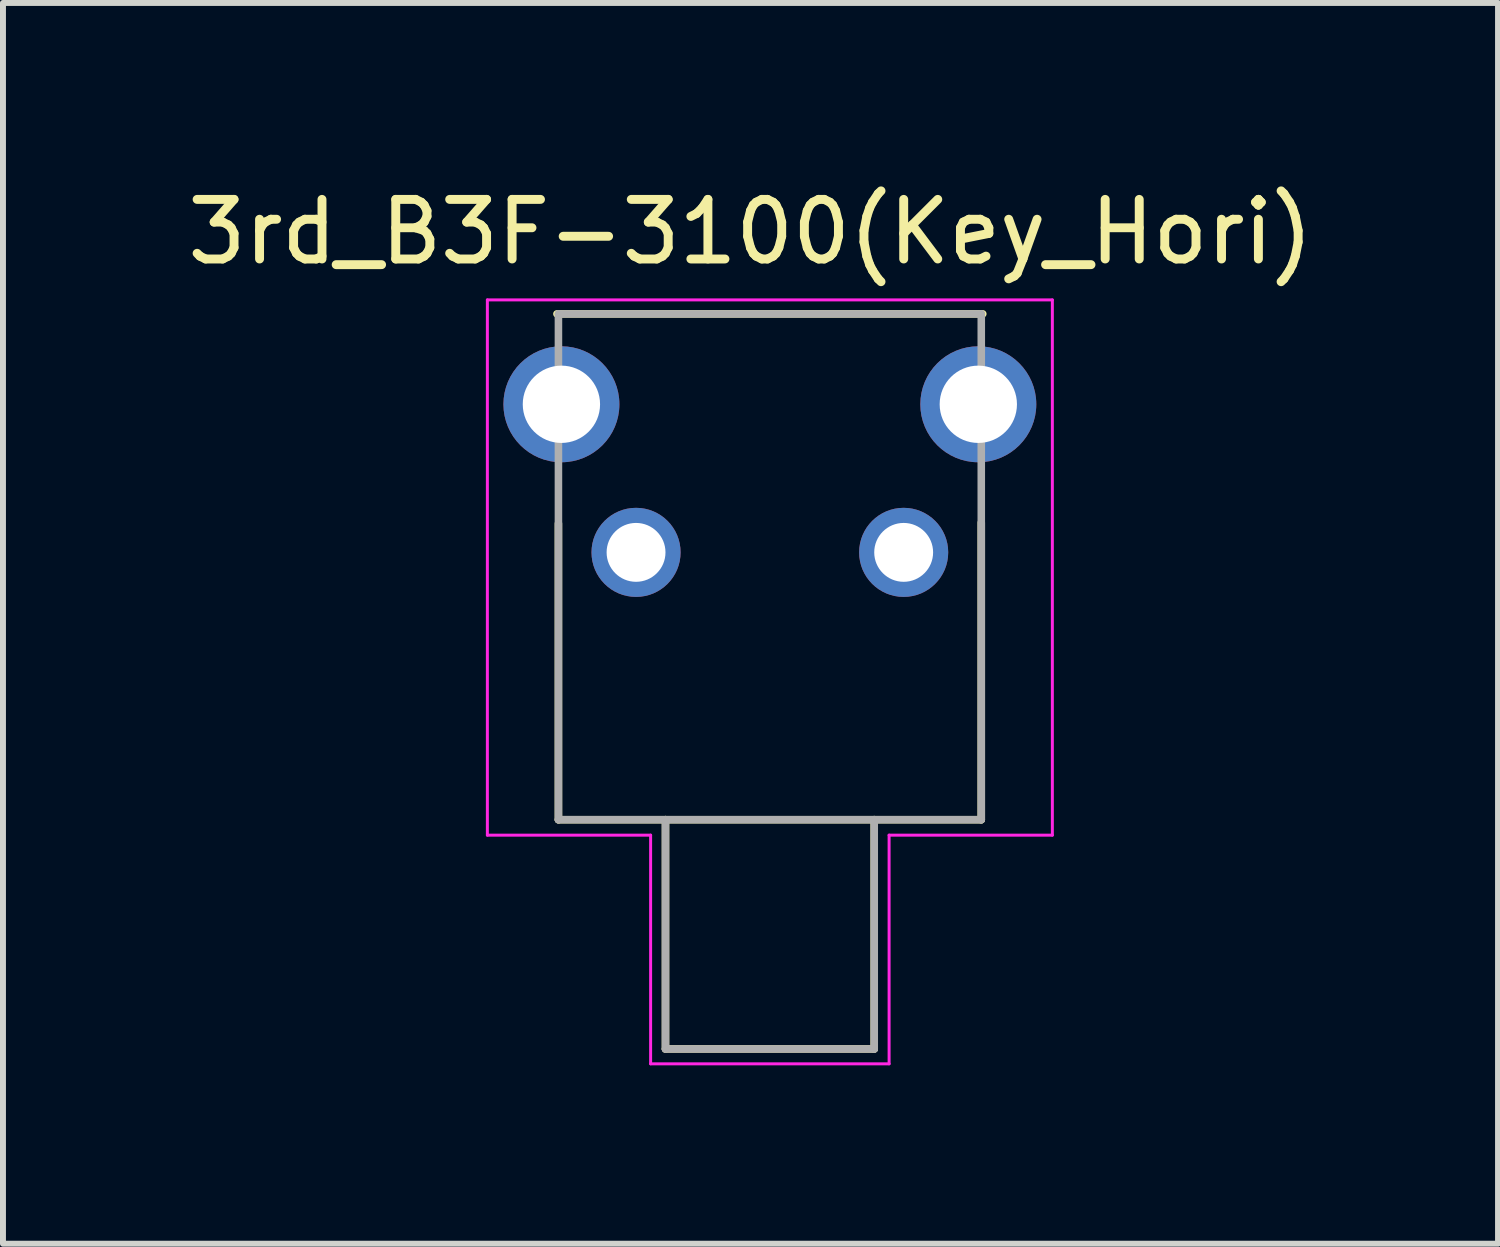
<source format=kicad_pcb>
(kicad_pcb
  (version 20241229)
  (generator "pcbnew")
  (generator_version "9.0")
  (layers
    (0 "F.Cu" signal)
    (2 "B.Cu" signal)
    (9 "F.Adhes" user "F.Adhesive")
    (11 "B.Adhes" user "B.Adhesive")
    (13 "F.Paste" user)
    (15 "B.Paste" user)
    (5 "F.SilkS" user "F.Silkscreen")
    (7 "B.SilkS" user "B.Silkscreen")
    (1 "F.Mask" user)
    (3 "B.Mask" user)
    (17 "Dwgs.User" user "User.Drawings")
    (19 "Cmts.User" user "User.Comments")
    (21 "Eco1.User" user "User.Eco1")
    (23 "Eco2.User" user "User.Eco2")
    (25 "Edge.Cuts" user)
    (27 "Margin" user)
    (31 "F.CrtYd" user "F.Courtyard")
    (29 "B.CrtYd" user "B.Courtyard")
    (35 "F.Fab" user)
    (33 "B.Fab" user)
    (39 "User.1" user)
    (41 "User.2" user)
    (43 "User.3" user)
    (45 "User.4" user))
  (footprint "3rd_B3F-3100(Key_Hori)"
    (layer "F.Cu")
    (at 9.895 6.238)
    (property "Reference" "3rd_B3F-3100(Key_Hori)" (at -0.326 -5.389 0) (layer "F.SilkS") (effects (font (size 1.002 1.002) (thickness 0.15))))
    (attr through_hole)
    (fp_line (start -3.58 -4.01) (end 3.58 -4.01) (stroke (width 0.127) (type solid)) (layer "F.SilkS"))
    (fp_line (start -3.555 4.495) (end -3.555 -0.485) (stroke (width 0.127) (type solid)) (layer "F.SilkS"))
    (fp_line (start -1.755 4.495) (end -3.555 4.495) (stroke (width 0.127) (type solid)) (layer "F.SilkS"))
    (fp_line (start -1.755 4.495) (end -1.755 8.35) (stroke (width 0.127) (type solid)) (layer "F.SilkS"))
    (fp_line (start -1.755 8.35) (end 1.755 8.35) (stroke (width 0.127) (type solid)) (layer "F.SilkS"))
    (fp_line (start 1.755 4.495) (end -1.755 4.495) (stroke (width 0.127) (type solid)) (layer "F.SilkS"))
    (fp_line (start 1.755 8.35) (end 1.755 4.495) (stroke (width 0.127) (type solid)) (layer "F.SilkS"))
    (fp_line (start 3.555 -0.5) (end 3.555 4.495) (stroke (width 0.127) (type solid)) (layer "F.SilkS"))
    (fp_line (start 3.555 4.495) (end 1.755 4.495) (stroke (width 0.127) (type solid)) (layer "F.SilkS"))
    (fp_line (start -4.75 -4.245) (end 4.75 -4.245) (stroke (width 0.05) (type solid)) (layer "F.CrtYd"))
    (fp_line (start -4.75 4.755) (end -4.75 -4.245) (stroke (width 0.05) (type solid)) (layer "F.CrtYd"))
    (fp_line (start -2.005 4.755) (end -4.75 4.755) (stroke (width 0.05) (type solid)) (layer "F.CrtYd"))
    (fp_line (start -2.005 8.6) (end -2.005 4.755) (stroke (width 0.05) (type solid)) (layer "F.CrtYd"))
    (fp_line (start 2.005 4.755) (end 2.005 8.6) (stroke (width 0.05) (type solid)) (layer "F.CrtYd"))
    (fp_line (start 2.005 8.6) (end -2.005 8.6) (stroke (width 0.05) (type solid)) (layer "F.CrtYd"))
    (fp_line (start 4.75 -4.245) (end 4.75 4.755) (stroke (width 0.05) (type solid)) (layer "F.CrtYd"))
    (fp_line (start 4.75 4.755) (end 2.005 4.755) (stroke (width 0.05) (type solid)) (layer "F.CrtYd"))
    (fp_line (start -3.555 -4.01) (end 3.555 -4.01) (stroke (width 0.127) (type solid)) (layer "F.Fab"))
    (fp_line (start -3.555 4.495) (end -3.555 -4.01) (stroke (width 0.127) (type solid)) (layer "F.Fab"))
    (fp_line (start -1.755 4.495) (end -3.555 4.495) (stroke (width 0.127) (type solid)) (layer "F.Fab"))
    (fp_line (start -1.755 4.495) (end -1.755 8.35) (stroke (width 0.127) (type solid)) (layer "F.Fab"))
    (fp_line (start -1.755 8.35) (end 1.755 8.35) (stroke (width 0.127) (type solid)) (layer "F.Fab"))
    (fp_line (start 1.755 4.495) (end -1.755 4.495) (stroke (width 0.127) (type solid)) (layer "F.Fab"))
    (fp_line (start 1.755 8.35) (end 1.755 4.495) (stroke (width 0.127) (type solid)) (layer "F.Fab"))
    (fp_line (start 3.555 -4.01) (end 3.555 4.495) (stroke (width 0.127) (type solid)) (layer "F.Fab"))
    (fp_line (start 3.555 4.495) (end 1.755 4.495) (stroke (width 0.127) (type solid)) (layer "F.Fab"))
    (pad "1" thru_hole circle (at -2.25 0) (size 1.498 1.498) (drill 0.99) (layers "*.Cu" "*.Mask"))
    (pad "2" thru_hole circle (at 2.25 0) (size 1.498 1.498) (drill 0.99) (layers "*.Cu" "*.Mask"))
    (pad "S1" thru_hole circle (at -3.505 -2.49) (size 1.95 1.95) (drill 1.3) (layers "*.Cu" "*.Mask"))
    (pad "S2" thru_hole circle (at 3.505 -2.49) (size 1.95 1.95) (drill 1.3) (layers "*.Cu" "*.Mask")))
  (gr_rect
    (start -3 -3)
    (end 22.139 17.863)
    (stroke (width 0.1) (type default))
    (fill no)
    (layer "Edge.Cuts")))
</source>
